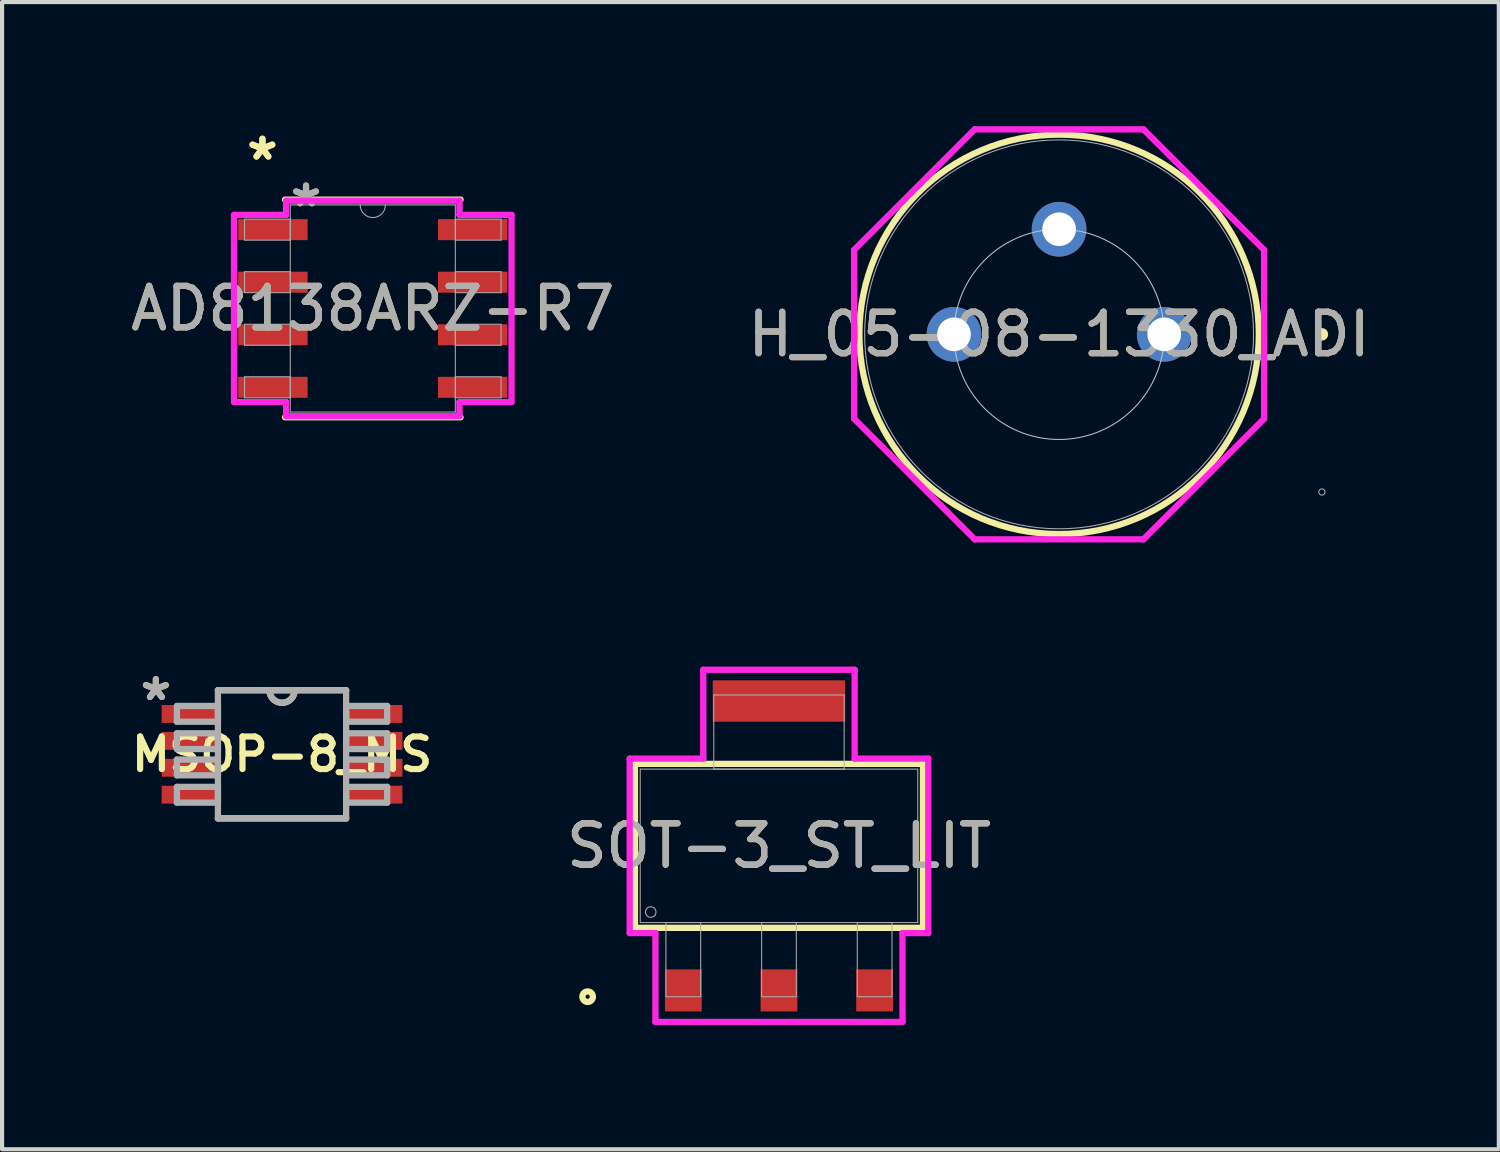
<source format=kicad_pcb>
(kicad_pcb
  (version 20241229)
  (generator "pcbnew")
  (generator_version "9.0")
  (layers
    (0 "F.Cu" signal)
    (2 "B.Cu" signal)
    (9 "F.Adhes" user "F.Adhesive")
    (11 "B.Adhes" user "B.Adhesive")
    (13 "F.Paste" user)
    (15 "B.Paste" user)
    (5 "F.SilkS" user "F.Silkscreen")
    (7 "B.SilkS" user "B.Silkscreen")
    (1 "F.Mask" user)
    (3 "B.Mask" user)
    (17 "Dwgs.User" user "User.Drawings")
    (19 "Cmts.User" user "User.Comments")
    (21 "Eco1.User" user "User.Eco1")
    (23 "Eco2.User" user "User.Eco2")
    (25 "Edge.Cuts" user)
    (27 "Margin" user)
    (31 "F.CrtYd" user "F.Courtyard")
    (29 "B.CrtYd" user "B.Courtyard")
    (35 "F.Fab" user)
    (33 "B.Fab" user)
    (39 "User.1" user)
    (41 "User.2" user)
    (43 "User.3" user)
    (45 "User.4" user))
  (footprint "H_05-08-1330_ADI"
    (layer "F.Cu")
    (at 25.082 5.029)
    (property "Reference" "H_05-08-1330_ADI" (at -2.54 0 0) (unlocked yes) (layer "F.SilkS") (effects (font (size 1 1) (thickness 0.15))))
    (attr through_hole)
    (fp_circle (center -2.54 0) (end 2.286 0) (stroke (width 0.152) (type solid)) (fill no) (layer "F.SilkS"))
    (fp_circle (center 3.81 0) (end 3.886 0) (stroke (width 0.152) (type solid)) (fill no) (layer "F.SilkS"))
    (fp_circle (center -2.54 0) (end 0 0) (stroke (width 0.025) (type solid)) (fill no) (layer "Dwgs.User"))
    (fp_line (start -7.493 -2.039) (end -4.579 -4.953) (stroke (width 0.152) (type solid)) (layer "F.CrtYd"))
    (fp_line (start -7.493 2.039) (end -7.493 -2.039) (stroke (width 0.152) (type solid)) (layer "F.CrtYd"))
    (fp_line (start -4.579 -4.953) (end -0.501 -4.953) (stroke (width 0.152) (type solid)) (layer "F.CrtYd"))
    (fp_line (start -4.579 4.953) (end -7.493 2.039) (stroke (width 0.152) (type solid)) (layer "F.CrtYd"))
    (fp_line (start -0.501 -4.953) (end 2.413 -2.039) (stroke (width 0.152) (type solid)) (layer "F.CrtYd"))
    (fp_line (start -0.501 4.953) (end -4.579 4.953) (stroke (width 0.152) (type solid)) (layer "F.CrtYd"))
    (fp_line (start 2.413 -2.039) (end 2.413 2.039) (stroke (width 0.152) (type solid)) (layer "F.CrtYd"))
    (fp_line (start 2.413 2.039) (end -0.501 4.953) (stroke (width 0.152) (type solid)) (layer "F.CrtYd"))
    (fp_circle (center -2.54 0) (end 2.159 0) (stroke (width 0.025) (type solid)) (fill no) (layer "F.Fab"))
    (fp_circle (center 3.81 3.81) (end 3.886 3.81) (stroke (width 0.025) (type solid)) (fill no) (layer "F.Fab"))
    (fp_text user "${REFERENCE}" (at -2.54 0 0) (unlocked yes) (layer "F.Fab") (effects (font (size 1 1) (thickness 0.15))))
    (pad "1" thru_hole circle (at 0 0) (size 1.321 1.321) (drill 0.813) (layers "*.Cu" "*.Mask"))
    (pad "2" thru_hole circle (at -2.54 -2.54 90) (size 1.321 1.321) (drill 0.813) (layers "*.Cu" "*.Mask"))
    (pad "3" thru_hole circle (at -5.08 0) (size 1.321 1.321) (drill 0.813) (layers "*.Cu" "*.Mask")))
  (footprint "SOT-3_ST_LIT"
    (layer "F.Cu")
    (at 15.773 17.389)
    (property "Reference" "SOT-3_ST_LIT" (at 0 0 0) (unlocked yes) (layer "F.SilkS") (effects (font (size 1 1) (thickness 0.15))))
    (attr smd)
    (fp_line (start -3.48 -1.981) (end -3.48 1.981) (stroke (width 0.152) (type solid)) (layer "F.SilkS"))
    (fp_line (start -3.48 1.981) (end 3.48 1.981) (stroke (width 0.152) (type solid)) (layer "F.SilkS"))
    (fp_line (start 3.48 -1.981) (end -3.48 -1.981) (stroke (width 0.152) (type solid)) (layer "F.SilkS"))
    (fp_line (start 3.48 1.981) (end 3.48 -1.981) (stroke (width 0.152) (type solid)) (layer "F.SilkS"))
    (fp_circle (center -4.623 3.645) (end -4.496 3.645) (stroke (width 0.152) (type solid)) (fill no) (layer "F.SilkS"))
    (fp_line (start -3.607 -2.108) (end -1.829 -2.108) (stroke (width 0.152) (type solid)) (layer "F.CrtYd"))
    (fp_line (start -3.607 2.108) (end -3.607 -2.108) (stroke (width 0.152) (type solid)) (layer "F.CrtYd"))
    (fp_line (start -2.985 2.108) (end -3.607 2.108) (stroke (width 0.152) (type solid)) (layer "F.CrtYd"))
    (fp_line (start -2.985 4.255) (end -2.985 2.108) (stroke (width 0.152) (type solid)) (layer "F.CrtYd"))
    (fp_line (start -1.829 -4.255) (end 1.829 -4.255) (stroke (width 0.152) (type solid)) (layer "F.CrtYd"))
    (fp_line (start -1.829 -2.108) (end -1.829 -4.255) (stroke (width 0.152) (type solid)) (layer "F.CrtYd"))
    (fp_line (start 1.829 -4.255) (end 1.829 -2.108) (stroke (width 0.152) (type solid)) (layer "F.CrtYd"))
    (fp_line (start 1.829 -2.108) (end 3.607 -2.108) (stroke (width 0.152) (type solid)) (layer "F.CrtYd"))
    (fp_line (start 2.985 2.108) (end 2.985 4.255) (stroke (width 0.152) (type solid)) (layer "F.CrtYd"))
    (fp_line (start 2.985 4.255) (end -2.985 4.255) (stroke (width 0.152) (type solid)) (layer "F.CrtYd"))
    (fp_line (start 3.607 -2.108) (end 3.607 2.108) (stroke (width 0.152) (type solid)) (layer "F.CrtYd"))
    (fp_line (start 3.607 2.108) (end 2.985 2.108) (stroke (width 0.152) (type solid)) (layer "F.CrtYd"))
    (fp_line (start -3.353 -1.854) (end -3.353 1.854) (stroke (width 0.025) (type solid)) (layer "F.Fab"))
    (fp_line (start -3.353 1.854) (end 3.353 1.854) (stroke (width 0.025) (type solid)) (layer "F.Fab"))
    (fp_line (start -2.731 1.854) (end -2.731 3.645) (stroke (width 0.025) (type solid)) (layer "F.Fab"))
    (fp_line (start -2.731 3.645) (end -1.892 3.645) (stroke (width 0.025) (type solid)) (layer "F.Fab"))
    (fp_line (start -1.892 1.854) (end -2.731 1.854) (stroke (width 0.025) (type solid)) (layer "F.Fab"))
    (fp_line (start -1.892 3.645) (end -1.892 1.854) (stroke (width 0.025) (type solid)) (layer "F.Fab"))
    (fp_line (start -1.575 -3.645) (end -1.575 -1.854) (stroke (width 0.025) (type solid)) (layer "F.Fab"))
    (fp_line (start -1.575 -1.854) (end 1.575 -1.854) (stroke (width 0.025) (type solid)) (layer "F.Fab"))
    (fp_line (start -0.419 1.854) (end -0.419 3.645) (stroke (width 0.025) (type solid)) (layer "F.Fab"))
    (fp_line (start -0.419 3.645) (end 0.419 3.645) (stroke (width 0.025) (type solid)) (layer "F.Fab"))
    (fp_line (start 0.419 1.854) (end -0.419 1.854) (stroke (width 0.025) (type solid)) (layer "F.Fab"))
    (fp_line (start 0.419 3.645) (end 0.419 1.854) (stroke (width 0.025) (type solid)) (layer "F.Fab"))
    (fp_line (start 1.575 -3.645) (end -1.575 -3.645) (stroke (width 0.025) (type solid)) (layer "F.Fab"))
    (fp_line (start 1.575 -1.854) (end 1.575 -3.645) (stroke (width 0.025) (type solid)) (layer "F.Fab"))
    (fp_line (start 1.892 1.854) (end 1.892 3.645) (stroke (width 0.025) (type solid)) (layer "F.Fab"))
    (fp_line (start 1.892 3.645) (end 2.731 3.645) (stroke (width 0.025) (type solid)) (layer "F.Fab"))
    (fp_line (start 2.731 1.854) (end 1.892 1.854) (stroke (width 0.025) (type solid)) (layer "F.Fab"))
    (fp_line (start 2.731 3.645) (end 2.731 1.854) (stroke (width 0.025) (type solid)) (layer "F.Fab"))
    (fp_line (start 3.353 -1.854) (end -3.353 -1.854) (stroke (width 0.025) (type solid)) (layer "F.Fab"))
    (fp_line (start 3.353 1.854) (end 3.353 -1.854) (stroke (width 0.025) (type solid)) (layer "F.Fab"))
    (fp_circle (center -3.099 1.6) (end -2.972 1.6) (stroke (width 0.025) (type solid)) (fill no) (layer "F.Fab"))
    (fp_text user "${REFERENCE}" (at 0 0 0) (unlocked yes) (layer "F.Fab") (effects (font (size 1 1) (thickness 0.15))))
    (pad "1" smd rect (at -2.311 3.493) (size 0.889 1.016) (layers "F.Cu" "F.Mask" "F.Paste"))
    (pad "2" smd rect (at 0 3.493) (size 0.889 1.016) (layers "F.Cu" "F.Mask" "F.Paste"))
    (pad "3" smd rect (at 2.311 3.493) (size 0.889 1.016) (layers "F.Cu" "F.Mask" "F.Paste"))
    (pad "4" smd rect (at 0 -3.5) (size 3.2 1) (layers "F.Cu" "F.Mask" "F.Paste")))
  (footprint "MSOP-8_MS"
    (layer "F.Cu")
    (at 3.765 15.177)
    (property "Reference" "MSOP-8_MS" (at 0 0 0) (layer "F.SilkS") (effects (font (size 0.787 0.787) (thickness 0.15))))
    (attr smd)
    (fp_line (start -1.549 1.549) (end 1.549 1.549) (stroke (width 0.152) (type solid)) (layer "F.SilkS"))
    (fp_line (start -0.305 -1.549) (end -1.549 -1.549) (stroke (width 0.152) (type solid)) (layer "F.SilkS"))
    (fp_line (start 0.305 -1.549) (end -0.305 -1.549) (stroke (width 0.152) (type solid)) (layer "F.SilkS"))
    (fp_line (start 1.549 -1.549) (end 0.305 -1.549) (stroke (width 0.152) (type solid)) (layer "F.SilkS"))
    (fp_arc (start 0.3048 -1.5494) (mid 0 -1.2446) (end -0.3048 -1.5494) (stroke (width 0.1524) (type solid)) (layer "F.SilkS"))
    (fp_line (start -2.54 -1.168) (end -2.54 -0.787) (stroke (width 0.152) (type solid)) (layer "F.Fab"))
    (fp_line (start -2.54 -0.787) (end -1.549 -0.787) (stroke (width 0.152) (type solid)) (layer "F.Fab"))
    (fp_line (start -2.54 -0.508) (end -2.54 -0.127) (stroke (width 0.152) (type solid)) (layer "F.Fab"))
    (fp_line (start -2.54 -0.127) (end -1.549 -0.127) (stroke (width 0.152) (type solid)) (layer "F.Fab"))
    (fp_line (start -2.54 0.127) (end -2.54 0.508) (stroke (width 0.152) (type solid)) (layer "F.Fab"))
    (fp_line (start -2.54 0.508) (end -1.549 0.508) (stroke (width 0.152) (type solid)) (layer "F.Fab"))
    (fp_line (start -2.54 0.787) (end -2.54 1.168) (stroke (width 0.152) (type solid)) (layer "F.Fab"))
    (fp_line (start -2.54 1.168) (end -1.549 1.168) (stroke (width 0.152) (type solid)) (layer "F.Fab"))
    (fp_line (start -1.549 -1.549) (end -1.549 1.549) (stroke (width 0.152) (type solid)) (layer "F.Fab"))
    (fp_line (start -1.549 -1.168) (end -2.54 -1.168) (stroke (width 0.152) (type solid)) (layer "F.Fab"))
    (fp_line (start -1.549 -0.787) (end -1.549 -1.168) (stroke (width 0.152) (type solid)) (layer "F.Fab"))
    (fp_line (start -1.549 -0.508) (end -2.54 -0.508) (stroke (width 0.152) (type solid)) (layer "F.Fab"))
    (fp_line (start -1.549 -0.127) (end -1.549 -0.508) (stroke (width 0.152) (type solid)) (layer "F.Fab"))
    (fp_line (start -1.549 0.127) (end -2.54 0.127) (stroke (width 0.152) (type solid)) (layer "F.Fab"))
    (fp_line (start -1.549 0.508) (end -1.549 0.127) (stroke (width 0.152) (type solid)) (layer "F.Fab"))
    (fp_line (start -1.549 0.787) (end -2.54 0.787) (stroke (width 0.152) (type solid)) (layer "F.Fab"))
    (fp_line (start -1.549 1.168) (end -1.549 0.787) (stroke (width 0.152) (type solid)) (layer "F.Fab"))
    (fp_line (start -1.549 1.549) (end 1.549 1.549) (stroke (width 0.152) (type solid)) (layer "F.Fab"))
    (fp_line (start -0.305 -1.549) (end -1.549 -1.549) (stroke (width 0.152) (type solid)) (layer "F.Fab"))
    (fp_line (start 0.305 -1.549) (end -0.305 -1.549) (stroke (width 0.152) (type solid)) (layer "F.Fab"))
    (fp_line (start 1.549 -1.549) (end 0.305 -1.549) (stroke (width 0.152) (type solid)) (layer "F.Fab"))
    (fp_line (start 1.549 -1.168) (end 1.549 -0.787) (stroke (width 0.152) (type solid)) (layer "F.Fab"))
    (fp_line (start 1.549 -0.787) (end 2.54 -0.787) (stroke (width 0.152) (type solid)) (layer "F.Fab"))
    (fp_line (start 1.549 -0.508) (end 1.549 -0.127) (stroke (width 0.152) (type solid)) (layer "F.Fab"))
    (fp_line (start 1.549 -0.127) (end 2.54 -0.127) (stroke (width 0.152) (type solid)) (layer "F.Fab"))
    (fp_line (start 1.549 0.127) (end 1.549 0.508) (stroke (width 0.152) (type solid)) (layer "F.Fab"))
    (fp_line (start 1.549 0.508) (end 2.54 0.508) (stroke (width 0.152) (type solid)) (layer "F.Fab"))
    (fp_line (start 1.549 0.787) (end 1.549 1.168) (stroke (width 0.152) (type solid)) (layer "F.Fab"))
    (fp_line (start 1.549 1.168) (end 2.54 1.168) (stroke (width 0.152) (type solid)) (layer "F.Fab"))
    (fp_line (start 1.549 1.549) (end 1.549 -1.549) (stroke (width 0.152) (type solid)) (layer "F.Fab"))
    (fp_line (start 2.54 -1.168) (end 1.549 -1.168) (stroke (width 0.152) (type solid)) (layer "F.Fab"))
    (fp_line (start 2.54 -0.787) (end 2.54 -1.168) (stroke (width 0.152) (type solid)) (layer "F.Fab"))
    (fp_line (start 2.54 -0.508) (end 1.549 -0.508) (stroke (width 0.152) (type solid)) (layer "F.Fab"))
    (fp_line (start 2.54 -0.127) (end 2.54 -0.508) (stroke (width 0.152) (type solid)) (layer "F.Fab"))
    (fp_line (start 2.54 0.127) (end 1.549 0.127) (stroke (width 0.152) (type solid)) (layer "F.Fab"))
    (fp_line (start 2.54 0.508) (end 2.54 0.127) (stroke (width 0.152) (type solid)) (layer "F.Fab"))
    (fp_line (start 2.54 0.787) (end 1.549 0.787) (stroke (width 0.152) (type solid)) (layer "F.Fab"))
    (fp_line (start 2.54 1.168) (end 2.54 0.787) (stroke (width 0.152) (type solid)) (layer "F.Fab"))
    (fp_arc (start 0.3048 -1.5494) (mid 0 -1.2446) (end -0.3048 -1.5494) (stroke (width 0.1524) (type solid)) (layer "F.Fab"))
    (fp_text user "*" (at -3.048 -1.27 0) (layer "F.SilkS") (effects (font (size 1 1) (thickness 0.15))))
    (fp_text user "*" (at -3.048 -1.27 0) (layer "F.Fab") (effects (font (size 1 1) (thickness 0.15))))
    (pad "1" smd rect (at -2.21 -0.975) (size 1.397 0.432) (layers "F.Cu" "F.Mask" "F.Paste"))
    (pad "2" smd rect (at -2.21 -0.325) (size 1.397 0.432) (layers "F.Cu" "F.Mask" "F.Paste"))
    (pad "3" smd rect (at -2.21 0.325) (size 1.397 0.432) (layers "F.Cu" "F.Mask" "F.Paste"))
    (pad "4" smd rect (at -2.21 0.975) (size 1.397 0.432) (layers "F.Cu" "F.Mask" "F.Paste"))
    (pad "5" smd rect (at 2.21 0.975) (size 1.397 0.432) (layers "F.Cu" "F.Mask" "F.Paste"))
    (pad "6" smd rect (at 2.21 0.325) (size 1.397 0.432) (layers "F.Cu" "F.Mask" "F.Paste"))
    (pad "7" smd rect (at 2.21 -0.325) (size 1.397 0.432) (layers "F.Cu" "F.Mask" "F.Paste"))
    (pad "8" smd rect (at 2.21 -0.975) (size 1.397 0.432) (layers "F.Cu" "F.Mask" "F.Paste")))
  (footprint "AD8138ARZ-R7"
    (layer "F.Cu")
    (at 5.958 4.404)
    (property "Reference" "AD8138ARZ-R7" (at 0 0 0) (unlocked yes) (layer "F.SilkS") (effects (font (size 1 1) (thickness 0.15))))
    (attr smd)
    (fp_line (start -2.121 2.629) (end 2.121 2.629) (stroke (width 0.152) (type solid)) (layer "F.SilkS"))
    (fp_line (start 2.121 -2.629) (end -2.121 -2.629) (stroke (width 0.152) (type solid)) (layer "F.SilkS"))
    (fp_line (start -3.353 -2.261) (end -2.095 -2.261) (stroke (width 0.152) (type solid)) (layer "F.CrtYd"))
    (fp_line (start -3.353 2.261) (end -3.353 -2.261) (stroke (width 0.152) (type solid)) (layer "F.CrtYd"))
    (fp_line (start -3.353 2.261) (end -2.095 2.261) (stroke (width 0.152) (type solid)) (layer "F.CrtYd"))
    (fp_line (start -2.095 -2.603) (end 2.095 -2.603) (stroke (width 0.152) (type solid)) (layer "F.CrtYd"))
    (fp_line (start -2.095 -2.261) (end -2.095 -2.603) (stroke (width 0.152) (type solid)) (layer "F.CrtYd"))
    (fp_line (start -2.095 2.603) (end -2.095 2.261) (stroke (width 0.152) (type solid)) (layer "F.CrtYd"))
    (fp_line (start 2.095 -2.603) (end 2.095 -2.261) (stroke (width 0.152) (type solid)) (layer "F.CrtYd"))
    (fp_line (start 2.095 2.261) (end 2.095 2.603) (stroke (width 0.152) (type solid)) (layer "F.CrtYd"))
    (fp_line (start 2.095 2.603) (end -2.095 2.603) (stroke (width 0.152) (type solid)) (layer "F.CrtYd"))
    (fp_line (start 3.353 -2.261) (end 2.095 -2.261) (stroke (width 0.152) (type solid)) (layer "F.CrtYd"))
    (fp_line (start 3.353 -2.261) (end 3.353 2.261) (stroke (width 0.152) (type solid)) (layer "F.CrtYd"))
    (fp_line (start 3.353 2.261) (end 2.095 2.261) (stroke (width 0.152) (type solid)) (layer "F.CrtYd"))
    (fp_line (start -3.099 -2.159) (end -3.099 -1.651) (stroke (width 0.025) (type solid)) (layer "F.Fab"))
    (fp_line (start -3.099 -1.651) (end -1.994 -1.651) (stroke (width 0.025) (type solid)) (layer "F.Fab"))
    (fp_line (start -3.099 -0.889) (end -3.099 -0.381) (stroke (width 0.025) (type solid)) (layer "F.Fab"))
    (fp_line (start -3.099 -0.381) (end -1.994 -0.381) (stroke (width 0.025) (type solid)) (layer "F.Fab"))
    (fp_line (start -3.099 0.381) (end -3.099 0.889) (stroke (width 0.025) (type solid)) (layer "F.Fab"))
    (fp_line (start -3.099 0.889) (end -1.994 0.889) (stroke (width 0.025) (type solid)) (layer "F.Fab"))
    (fp_line (start -3.099 1.651) (end -3.099 2.159) (stroke (width 0.025) (type solid)) (layer "F.Fab"))
    (fp_line (start -3.099 2.159) (end -1.994 2.159) (stroke (width 0.025) (type solid)) (layer "F.Fab"))
    (fp_line (start -1.994 -2.502) (end -1.994 2.502) (stroke (width 0.025) (type solid)) (layer "F.Fab"))
    (fp_line (start -1.994 -2.159) (end -3.099 -2.159) (stroke (width 0.025) (type solid)) (layer "F.Fab"))
    (fp_line (start -1.994 -1.651) (end -1.994 -2.159) (stroke (width 0.025) (type solid)) (layer "F.Fab"))
    (fp_line (start -1.994 -0.889) (end -3.099 -0.889) (stroke (width 0.025) (type solid)) (layer "F.Fab"))
    (fp_line (start -1.994 -0.381) (end -1.994 -0.889) (stroke (width 0.025) (type solid)) (layer "F.Fab"))
    (fp_line (start -1.994 0.381) (end -3.099 0.381) (stroke (width 0.025) (type solid)) (layer "F.Fab"))
    (fp_line (start -1.994 0.889) (end -1.994 0.381) (stroke (width 0.025) (type solid)) (layer "F.Fab"))
    (fp_line (start -1.994 1.651) (end -3.099 1.651) (stroke (width 0.025) (type solid)) (layer "F.Fab"))
    (fp_line (start -1.994 2.159) (end -1.994 1.651) (stroke (width 0.025) (type solid)) (layer "F.Fab"))
    (fp_line (start -1.994 2.502) (end 1.994 2.502) (stroke (width 0.025) (type solid)) (layer "F.Fab"))
    (fp_line (start 1.994 -2.502) (end -1.994 -2.502) (stroke (width 0.025) (type solid)) (layer "F.Fab"))
    (fp_line (start 1.994 -2.159) (end 1.994 -1.651) (stroke (width 0.025) (type solid)) (layer "F.Fab"))
    (fp_line (start 1.994 -1.651) (end 3.099 -1.651) (stroke (width 0.025) (type solid)) (layer "F.Fab"))
    (fp_line (start 1.994 -0.889) (end 1.994 -0.381) (stroke (width 0.025) (type solid)) (layer "F.Fab"))
    (fp_line (start 1.994 -0.381) (end 3.099 -0.381) (stroke (width 0.025) (type solid)) (layer "F.Fab"))
    (fp_line (start 1.994 0.381) (end 1.994 0.889) (stroke (width 0.025) (type solid)) (layer "F.Fab"))
    (fp_line (start 1.994 0.889) (end 3.099 0.889) (stroke (width 0.025) (type solid)) (layer "F.Fab"))
    (fp_line (start 1.994 1.651) (end 1.994 2.159) (stroke (width 0.025) (type solid)) (layer "F.Fab"))
    (fp_line (start 1.994 2.159) (end 3.099 2.159) (stroke (width 0.025) (type solid)) (layer "F.Fab"))
    (fp_line (start 1.994 2.502) (end 1.994 -2.502) (stroke (width 0.025) (type solid)) (layer "F.Fab"))
    (fp_line (start 3.099 -2.159) (end 1.994 -2.159) (stroke (width 0.025) (type solid)) (layer "F.Fab"))
    (fp_line (start 3.099 -1.651) (end 3.099 -2.159) (stroke (width 0.025) (type solid)) (layer "F.Fab"))
    (fp_line (start 3.099 -0.889) (end 1.994 -0.889) (stroke (width 0.025) (type solid)) (layer "F.Fab"))
    (fp_line (start 3.099 -0.381) (end 3.099 -0.889) (stroke (width 0.025) (type solid)) (layer "F.Fab"))
    (fp_line (start 3.099 0.381) (end 1.994 0.381) (stroke (width 0.025) (type solid)) (layer "F.Fab"))
    (fp_line (start 3.099 0.889) (end 3.099 0.381) (stroke (width 0.025) (type solid)) (layer "F.Fab"))
    (fp_line (start 3.099 1.651) (end 1.994 1.651) (stroke (width 0.025) (type solid)) (layer "F.Fab"))
    (fp_line (start 3.099 2.159) (end 3.099 1.651) (stroke (width 0.025) (type solid)) (layer "F.Fab"))
    (fp_arc (start 0.3048 -2.5019) (mid 0 -2.1971) (end -0.3048 -2.5019) (stroke (width 0.0254) (type solid)) (layer "F.Fab"))
    (fp_text user "*" (at -2.667 -3.556 0) (layer "F.SilkS") (effects (font (size 1 1) (thickness 0.15))))
    (fp_text user "*" (at -2.667 -3.556 0) (unlocked yes) (layer "F.SilkS") (effects (font (size 1 1) (thickness 0.15))))
    (fp_text user "${REFERENCE}" (at 0 0 0) (unlocked yes) (layer "F.Fab") (effects (font (size 1 1) (thickness 0.15))))
    (fp_text user "*" (at -1.613 -2.426 0) (layer "F.Fab") (effects (font (size 1 1) (thickness 0.15))))
    (fp_text user "*" (at -1.613 -2.426 0) (unlocked yes) (layer "F.Fab") (effects (font (size 1 1) (thickness 0.15))))
    (pad "1" smd rect (at -2.413 -1.905) (size 1.676 0.508) (layers "F.Cu" "F.Mask" "F.Paste"))
    (pad "2" smd rect (at -2.413 -0.635) (size 1.676 0.508) (layers "F.Cu" "F.Mask" "F.Paste"))
    (pad "3" smd rect (at -2.413 0.635) (size 1.676 0.508) (layers "F.Cu" "F.Mask" "F.Paste"))
    (pad "4" smd rect (at -2.413 1.905) (size 1.676 0.508) (layers "F.Cu" "F.Mask" "F.Paste"))
    (pad "5" smd rect (at 2.413 1.905) (size 1.676 0.508) (layers "F.Cu" "F.Mask" "F.Paste"))
    (pad "6" smd rect (at 2.413 0.635) (size 1.676 0.508) (layers "F.Cu" "F.Mask" "F.Paste"))
    (pad "7" smd rect (at 2.413 -0.635) (size 1.676 0.508) (layers "F.Cu" "F.Mask" "F.Paste"))
    (pad "8" smd rect (at 2.413 -1.905) (size 1.676 0.508) (layers "F.Cu" "F.Mask" "F.Paste")))
  (gr_rect
    (start -3 -3)
    (end 33.167 24.72)
    (stroke (width 0.1) (type default))
    (fill no)
    (layer "Edge.Cuts")))
</source>
